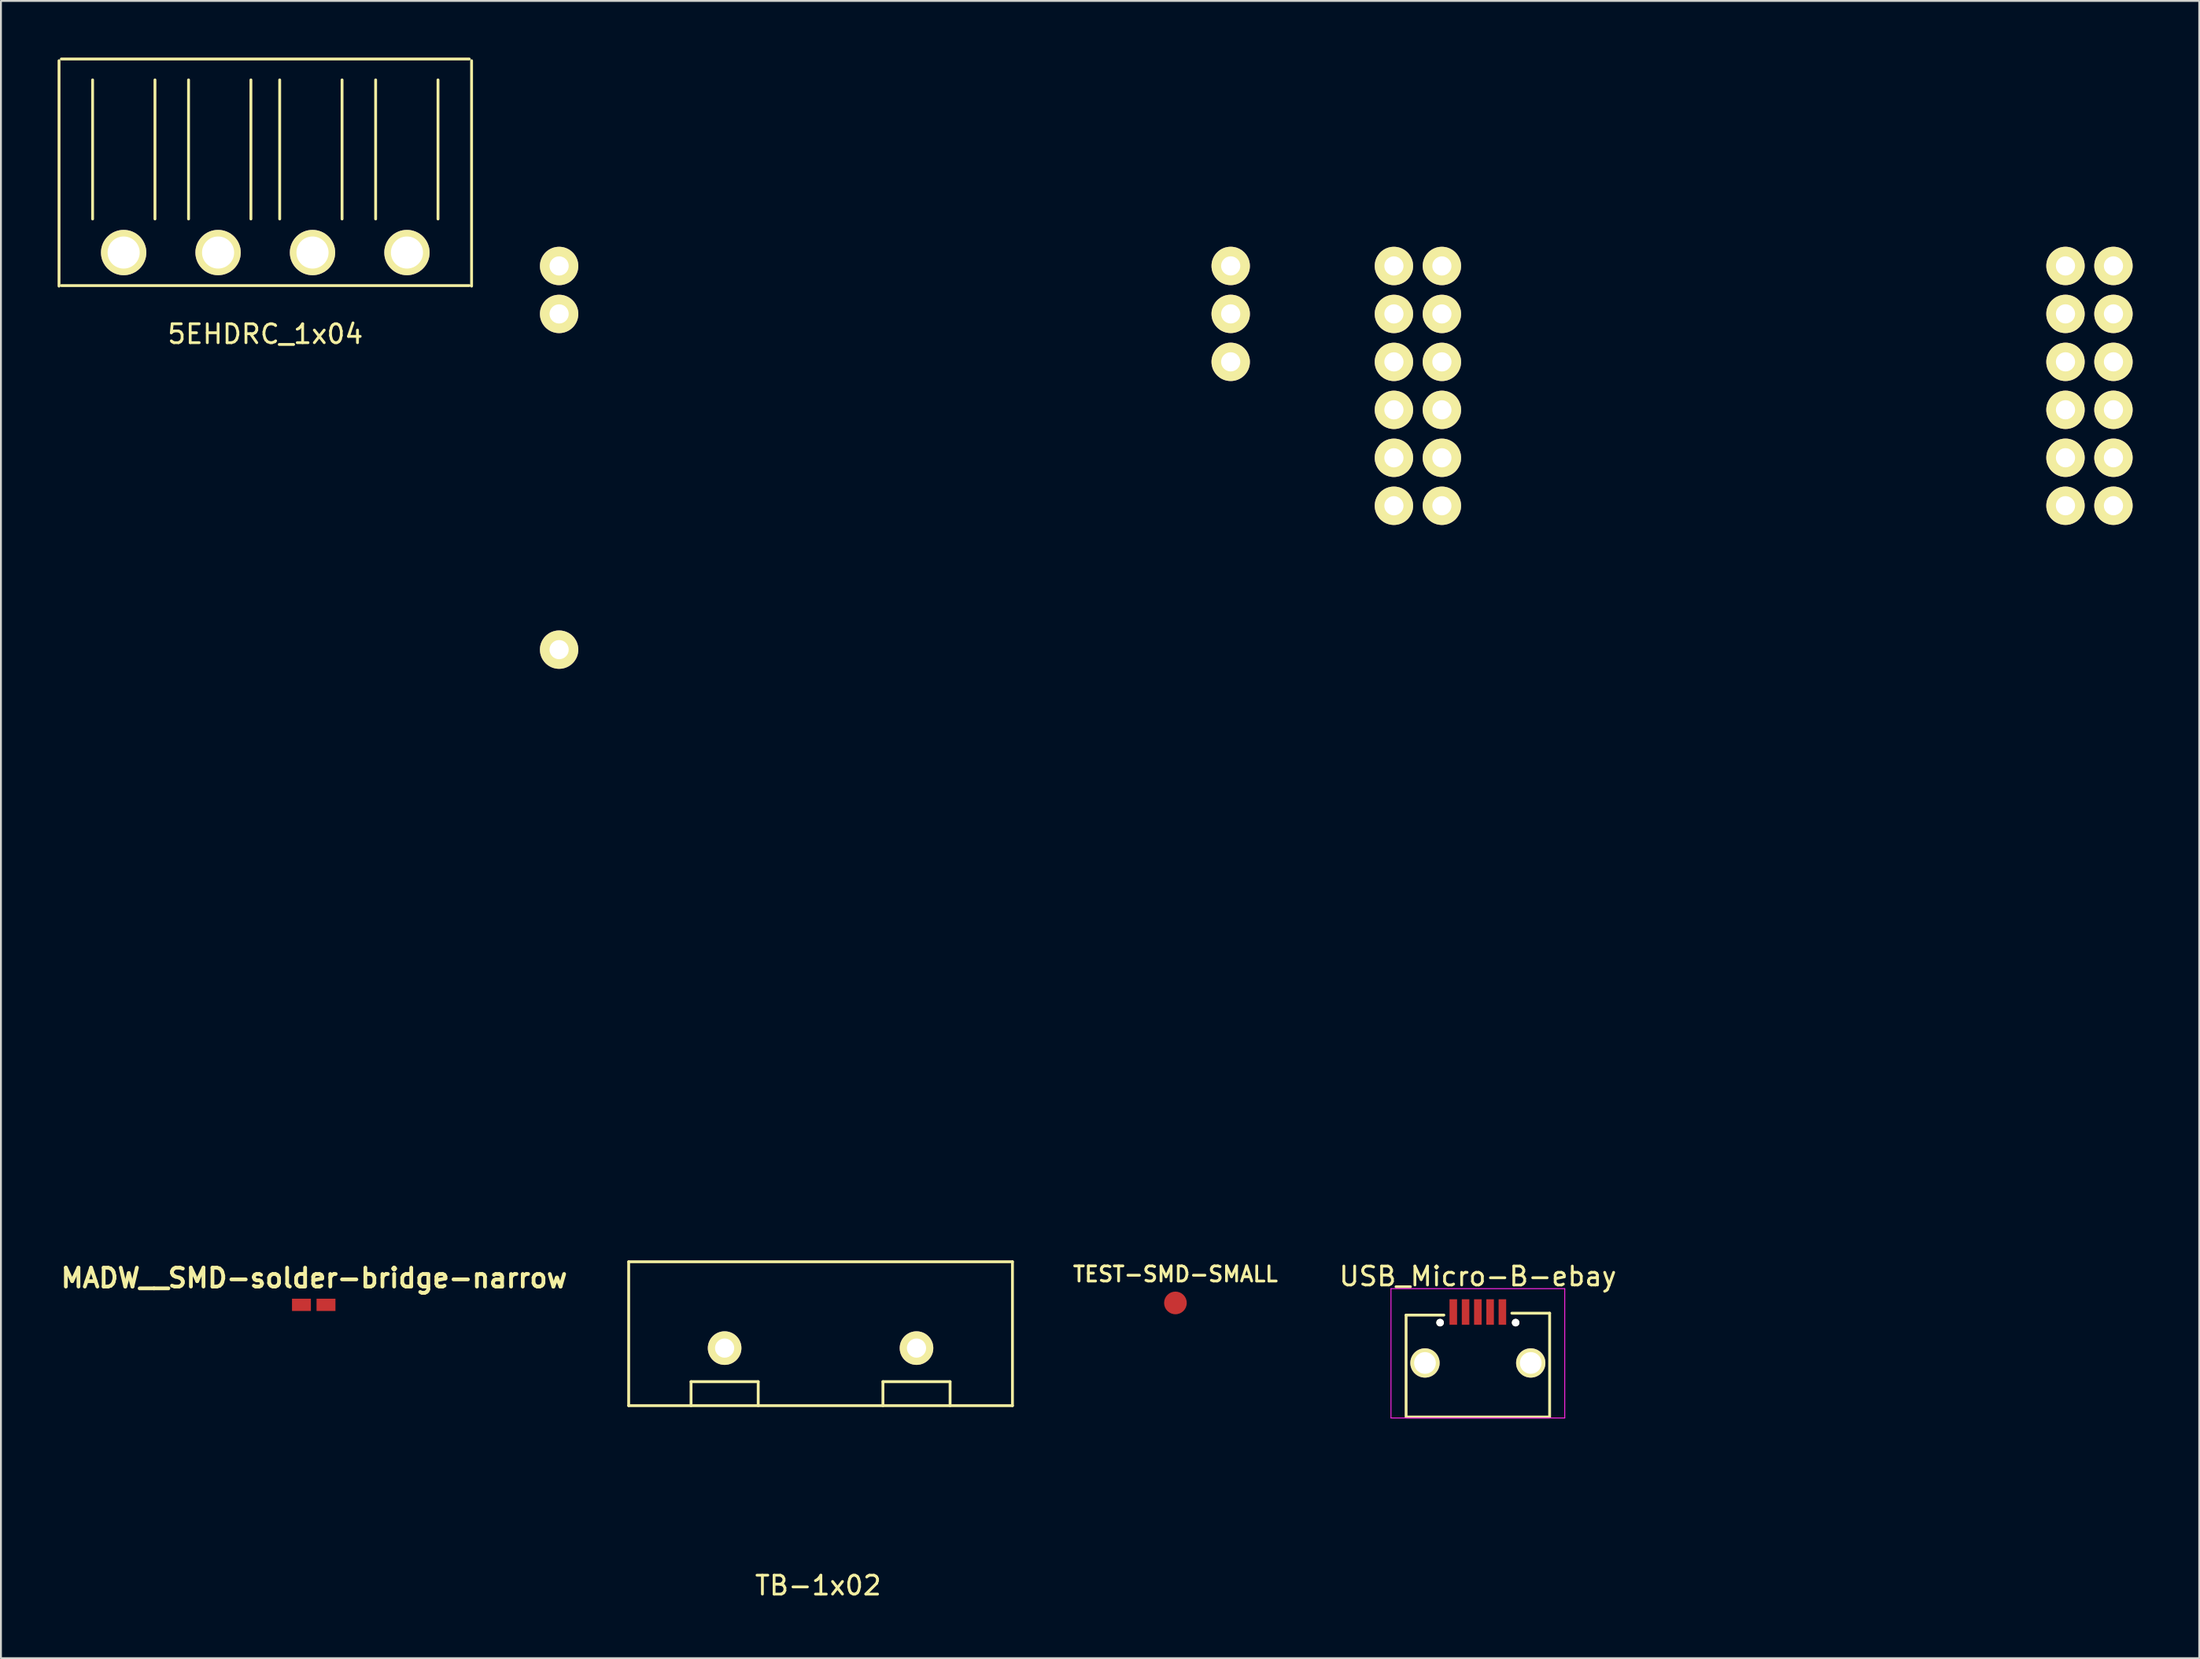
<source format=kicad_pcb>
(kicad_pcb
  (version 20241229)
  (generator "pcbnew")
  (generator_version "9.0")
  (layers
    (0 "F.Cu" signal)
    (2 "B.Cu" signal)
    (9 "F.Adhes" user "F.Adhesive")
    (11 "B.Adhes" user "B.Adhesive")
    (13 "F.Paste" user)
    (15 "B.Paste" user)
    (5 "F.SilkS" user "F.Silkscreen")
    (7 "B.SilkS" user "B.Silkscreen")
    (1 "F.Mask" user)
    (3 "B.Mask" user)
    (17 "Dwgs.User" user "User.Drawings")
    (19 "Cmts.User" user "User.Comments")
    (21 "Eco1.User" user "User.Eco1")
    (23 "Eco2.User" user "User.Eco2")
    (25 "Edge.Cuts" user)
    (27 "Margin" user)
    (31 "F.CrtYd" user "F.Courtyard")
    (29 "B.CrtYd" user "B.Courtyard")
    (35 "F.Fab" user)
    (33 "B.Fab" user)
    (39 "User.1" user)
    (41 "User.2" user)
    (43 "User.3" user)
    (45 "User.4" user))
  (footprint "USB_Micro-B-ebay"
    (layer "F.Cu")
    (at 75.199 65.798)
    (property "Reference" "USB_Micro-B-ebay" (at 0 -1.25 0) (layer "F.SilkS") (effects (font (size 1 1) (thickness 0.15))))
    (attr smd)
    (fp_line (start -3.8 0.8) (end -1.8 0.8) (stroke (width 0.15) (type solid)) (layer "F.SilkS"))
    (fp_line (start -3.8 6.2) (end -3.8 0.8) (stroke (width 0.15) (type solid)) (layer "F.SilkS"))
    (fp_line (start -3.75 6.2) (end 3.75 6.2) (stroke (width 0.15) (type solid)) (layer "F.SilkS"))
    (fp_line (start 1.8 0.7) (end 3.8 0.7) (stroke (width 0.15) (type solid)) (layer "F.SilkS"))
    (fp_line (start 3.8 0.7) (end 3.8 6.2) (stroke (width 0.15) (type solid)) (layer "F.SilkS"))
    (fp_line (start -4.6 -0.6) (end 4.6 -0.6) (stroke (width 0.05) (type solid)) (layer "F.CrtYd"))
    (fp_line (start -4.6 6.25) (end -4.6 -0.6) (stroke (width 0.05) (type solid)) (layer "F.CrtYd"))
    (fp_line (start 4.6 -0.6) (end 4.6 6.25) (stroke (width 0.05) (type solid)) (layer "F.CrtYd"))
    (fp_line (start 4.6 6.25) (end -4.6 6.25) (stroke (width 0.05) (type solid)) (layer "F.CrtYd"))
    (pad "" np_thru_hole circle (at -2 1.2 90) (size 0.4 0.4) (drill 0.4) (layers "*.Cu" "*.Mask" "F.SilkS"))
    (pad "" np_thru_hole circle (at 2 1.2 90) (size 0.4 0.4) (drill 0.4) (layers "*.Cu" "*.Mask" "F.SilkS"))
    (pad "1" smd rect (at -1.301 0.637 90) (size 1.35 0.4) (layers "F.Cu" "F.Mask" "F.Paste"))
    (pad "2" smd rect (at -0.651 0.637 90) (size 1.35 0.4) (layers "F.Cu" "F.Mask" "F.Paste"))
    (pad "3" smd rect (at -0.001 0.637 90) (size 1.35 0.4) (layers "F.Cu" "F.Mask" "F.Paste"))
    (pad "4" smd rect (at 0.649 0.637 90) (size 1.35 0.4) (layers "F.Cu" "F.Mask" "F.Paste"))
    (pad "5" smd rect (at 1.299 0.637 90) (size 1.35 0.4) (layers "F.Cu" "F.Mask" "F.Paste"))
    (pad "6" thru_hole circle (at -2.8 3.337 90) (size 1.55 1.55) (drill 1.15) (layers "*.Cu" "*.Mask" "F.SilkS"))
    (pad "6" thru_hole circle (at 2.8 3.337 90) (size 1.55 1.55) (drill 1.15) (layers "*.Cu" "*.Mask" "F.SilkS")))
  (footprint "TB-1x02"
    (layer "F.Cu")
    (at 40.397 68.347)
    (property "Reference" "TB-1x02" (at -0.127 12.573 0) (layer "F.SilkS") (effects (font (size 1 1) (thickness 0.15))))
    (attr through_hole)
    (fp_line (start -10.16 -4.572) (end -10.16 3.048) (stroke (width 0.15) (type solid)) (layer "F.SilkS"))
    (fp_line (start -10.16 -4.572) (end 10.16 -4.572) (stroke (width 0.15) (type solid)) (layer "F.SilkS"))
    (fp_line (start -6.858 1.778) (end -3.302 1.778) (stroke (width 0.15) (type solid)) (layer "F.SilkS"))
    (fp_line (start -6.858 3.048) (end -6.858 1.778) (stroke (width 0.15) (type solid)) (layer "F.SilkS"))
    (fp_line (start -3.302 1.778) (end -3.302 3.048) (stroke (width 0.15) (type solid)) (layer "F.SilkS"))
    (fp_line (start 3.302 1.778) (end 6.858 1.778) (stroke (width 0.15) (type solid)) (layer "F.SilkS"))
    (fp_line (start 3.302 3.048) (end 3.302 1.778) (stroke (width 0.15) (type solid)) (layer "F.SilkS"))
    (fp_line (start 6.858 1.778) (end 6.858 3.048) (stroke (width 0.15) (type solid)) (layer "F.SilkS"))
    (fp_line (start 10.16 -4.572) (end 10.16 3.048) (stroke (width 0.15) (type solid)) (layer "F.SilkS"))
    (fp_line (start 10.16 3.048) (end -10.16 3.048) (stroke (width 0.15) (type solid)) (layer "F.SilkS"))
    (pad "1" thru_hole circle (at -5.08 0) (size 1.778 1.778) (drill 1.016) (layers "*.Cu" "*.Mask" "F.SilkS"))
    (pad "2" thru_hole circle (at 5.08 0) (size 1.778 1.778) (drill 1.016) (layers "*.Cu" "*.Mask" "F.SilkS")))
  (footprint "5EHDRC_1x04"
    (layer "F.Cu")
    (at 10.997 10.325)
    (property "Reference" "5EHDRC_1x04" (at 0 4.318 0) (layer "F.SilkS") (effects (font (size 1 1) (thickness 0.15))))
    (attr through_hole)
    (fp_line (start -10.922 1.778) (end -10.922 -10.16) (stroke (width 0.15) (type solid)) (layer "F.SilkS"))
    (fp_line (start -9.144 -1.778) (end -9.144 -9.144) (stroke (width 0.15) (type solid)) (layer "F.SilkS"))
    (fp_line (start -5.842 -1.778) (end -5.842 -9.144) (stroke (width 0.15) (type solid)) (layer "F.SilkS"))
    (fp_line (start -4.064 -1.778) (end -4.064 -9.144) (stroke (width 0.15) (type solid)) (layer "F.SilkS"))
    (fp_line (start -0.762 -1.778) (end -0.762 -9.144) (stroke (width 0.15) (type solid)) (layer "F.SilkS"))
    (fp_line (start 0.762 -1.778) (end 0.762 -9.144) (stroke (width 0.15) (type solid)) (layer "F.SilkS"))
    (fp_line (start 4.064 -1.778) (end 4.064 -9.144) (stroke (width 0.15) (type solid)) (layer "F.SilkS"))
    (fp_line (start 5.842 -1.778) (end 5.842 -9.144) (stroke (width 0.15) (type solid)) (layer "F.SilkS"))
    (fp_line (start 9.144 -1.778) (end 9.144 -9.144) (stroke (width 0.15) (type solid)) (layer "F.SilkS"))
    (fp_line (start 10.8 -10.25) (end -10.8 -10.25) (stroke (width 0.15) (type solid)) (layer "F.SilkS"))
    (fp_line (start 10.8 1.75) (end -10.8 1.75) (stroke (width 0.15) (type solid)) (layer "F.SilkS"))
    (fp_line (start 10.922 1.778) (end 10.922 -10.16) (stroke (width 0.15) (type solid)) (layer "F.SilkS"))
    (pad "1" thru_hole circle (at -7.5 0) (size 2.4 2.4) (drill 1.7) (layers "*.Cu" "*.Mask" "F.SilkS"))
    (pad "2" thru_hole circle (at -2.5 0) (size 2.4 2.4) (drill 1.7) (layers "*.Cu" "*.Mask" "F.SilkS"))
    (pad "3" thru_hole circle (at 2.5 0) (size 2.4 2.4) (drill 1.7) (layers "*.Cu" "*.Mask" "F.SilkS"))
    (pad "4" thru_hole circle (at 7.5 0) (size 2.4 2.4) (drill 1.7) (layers "*.Cu" "*.Mask" "F.SilkS")))
  (footprint "CHIP-MIN"
    (layer "F.Cu")
    (at 45.594 30.35)
    (property "Reference" "CHIP-MIN" (at 0 28.9 0) (layer "Eco1.User") (effects (font (size 1 1) (thickness 0.15))))
    (attr through_hole)
    (fp_line (start -20.5 -26.25) (end -16.5 -30.25) (stroke (width 0.15) (type solid)) (layer "Eco1.User"))
    (fp_line (start -20.5 30.25) (end -20.5 -26.25) (stroke (width 0.2) (type solid)) (layer "Eco1.User"))
    (fp_line (start -20.5 30.25) (end 20.5 30.25) (stroke (width 0.15) (type solid)) (layer "Eco1.User"))
    (fp_line (start 20.5 -30.25) (end -16.5 -30.25) (stroke (width 0.15) (type solid)) (layer "Eco1.User"))
    (fp_line (start 20.5 30.25) (end 20.5 -30.25) (stroke (width 0.2) (type solid)) (layer "Eco1.User"))
    (pad "1" thru_hole circle (at -19.04 -19.314) (size 2.032 2.032) (drill 1.016) (layers "*.Cu" "*.Mask" "F.SilkS"))
    (pad "3" thru_hole circle (at -19.04 -16.774) (size 2.032 2.032) (drill 1.016) (layers "*.Cu" "*.Mask" "F.SilkS"))
    (pad "17" thru_hole circle (at -19.04 1.006) (size 2.032 2.032) (drill 1.016) (layers "*.Cu" "*.Mask" "F.SilkS"))
    (pad "41" thru_hole circle (at 16.518 -19.316) (size 2.032 2.032) (drill 1.016) (layers "*.Cu" "*.Mask" "F.SilkS"))
    (pad "43" thru_hole circle (at 16.518 -16.776) (size 2.032 2.032) (drill 1.016) (layers "*.Cu" "*.Mask" "F.SilkS"))
    (pad "45" thru_hole circle (at 16.518 -14.236) (size 2.032 2.032) (drill 1.016) (layers "*.Cu" "*.Mask" "F.SilkS")))
  (footprint "MADW__SMD-solder-bridge-narrow"
    (layer "F.Cu")
    (at 13.561 66.056)
    (property "Reference" "MADW__SMD-solder-bridge-narrow" (at 0.02 -1.42 0) (layer "F.SilkS") (effects (font (size 1 1) (thickness 0.2))))
    (attr through_hole)
    (pad "1" smd rect (at -0.65 0) (size 1.001 0.65) (layers "F.Cu" "F.Mask" "F.Paste"))
    (pad "2" smd rect (at 0.65 0) (size 1.001 0.65) (layers "F.Cu" "F.Mask" "F.Paste")))
  (footprint "CHIP-TOP-6"
    (layer "F.Cu")
    (at 89.794 30.35)
    (property "Reference" "CHIP-TOP-6" (at 0 28.9 0) (layer "Eco1.User") (effects (font (size 1 1) (thickness 0.15))))
    (attr through_hole)
    (fp_line (start -20.5 -26.25) (end -16.5 -30.25) (stroke (width 0.15) (type solid)) (layer "Eco1.User"))
    (fp_line (start -20.5 30.25) (end -20.5 -26.25) (stroke (width 0.2) (type solid)) (layer "Eco1.User"))
    (fp_line (start -20.5 30.25) (end 20.5 30.25) (stroke (width 0.15) (type solid)) (layer "Eco1.User"))
    (fp_line (start 20.5 -30.25) (end -16.5 -30.25) (stroke (width 0.15) (type solid)) (layer "Eco1.User"))
    (fp_line (start 20.5 30.25) (end 20.5 -30.25) (stroke (width 0.2) (type solid)) (layer "Eco1.User"))
    (pad "1" thru_hole circle (at -19.04 -19.314) (size 2.032 2.032) (drill 1.016) (layers "*.Cu" "*.Mask" "F.SilkS"))
    (pad "2" thru_hole circle (at -16.5 -19.314) (size 2.032 2.032) (drill 1.016) (layers "*.Cu" "*.Mask" "F.SilkS"))
    (pad "3" thru_hole circle (at -19.04 -16.774) (size 2.032 2.032) (drill 1.016) (layers "*.Cu" "*.Mask" "F.SilkS"))
    (pad "4" thru_hole circle (at -16.5 -16.774) (size 2.032 2.032) (drill 1.016) (layers "*.Cu" "*.Mask" "F.SilkS"))
    (pad "5" thru_hole circle (at -19.04 -14.234) (size 2.032 2.032) (drill 1.016) (layers "*.Cu" "*.Mask" "F.SilkS"))
    (pad "6" thru_hole circle (at -16.5 -14.234) (size 2.032 2.032) (drill 1.016) (layers "*.Cu" "*.Mask" "F.SilkS"))
    (pad "7" thru_hole circle (at -19.04 -11.694) (size 2.032 2.032) (drill 1.016) (layers "*.Cu" "*.Mask" "F.SilkS"))
    (pad "8" thru_hole circle (at -16.5 -11.694) (size 2.032 2.032) (drill 1.016) (layers "*.Cu" "*.Mask" "F.SilkS"))
    (pad "9" thru_hole circle (at -19.04 -9.154) (size 2.032 2.032) (drill 1.016) (layers "*.Cu" "*.Mask" "F.SilkS"))
    (pad "10" thru_hole circle (at -16.5 -9.154) (size 2.032 2.032) (drill 1.016) (layers "*.Cu" "*.Mask" "F.SilkS"))
    (pad "11" thru_hole circle (at -19.04 -6.614) (size 2.032 2.032) (drill 1.016) (layers "*.Cu" "*.Mask" "F.SilkS"))
    (pad "12" thru_hole circle (at -16.5 -6.614) (size 2.032 2.032) (drill 1.016) (layers "*.Cu" "*.Mask" "F.SilkS"))
    (pad "41" thru_hole circle (at 16.518 -19.316) (size 2.032 2.032) (drill 1.016) (layers "*.Cu" "*.Mask" "F.SilkS"))
    (pad "42" thru_hole circle (at 19.058 -19.316) (size 2.032 2.032) (drill 1.016) (layers "*.Cu" "*.Mask" "F.SilkS"))
    (pad "43" thru_hole circle (at 16.518 -16.776) (size 2.032 2.032) (drill 1.016) (layers "*.Cu" "*.Mask" "F.SilkS"))
    (pad "44" thru_hole circle (at 19.058 -16.776) (size 2.032 2.032) (drill 1.016) (layers "*.Cu" "*.Mask" "F.SilkS"))
    (pad "45" thru_hole circle (at 16.518 -14.236) (size 2.032 2.032) (drill 1.016) (layers "*.Cu" "*.Mask" "F.SilkS"))
    (pad "46" thru_hole circle (at 19.058 -14.236) (size 2.032 2.032) (drill 1.016) (layers "*.Cu" "*.Mask" "F.SilkS"))
    (pad "47" thru_hole circle (at 16.518 -11.696) (size 2.032 2.032) (drill 1.016) (layers "*.Cu" "*.Mask" "F.SilkS"))
    (pad "48" thru_hole circle (at 19.058 -11.696) (size 2.032 2.032) (drill 1.016) (layers "*.Cu" "*.Mask" "F.SilkS"))
    (pad "49" thru_hole circle (at 16.518 -9.156) (size 2.032 2.032) (drill 1.016) (layers "*.Cu" "*.Mask" "F.SilkS"))
    (pad "50" thru_hole circle (at 19.058 -9.156) (size 2.032 2.032) (drill 1.016) (layers "*.Cu" "*.Mask" "F.SilkS"))
    (pad "51" thru_hole circle (at 16.518 -6.616) (size 2.032 2.032) (drill 1.016) (layers "*.Cu" "*.Mask" "F.SilkS"))
    (pad "52" thru_hole circle (at 19.058 -6.616) (size 2.032 2.032) (drill 1.016) (layers "*.Cu" "*.Mask" "F.SilkS")))
  (footprint "TEST-SMD-SMALL"
    (layer "F.Cu")
    (at 59.186 65.955)
    (property "Reference" "TEST-SMD-SMALL" (at 0 -1.524 0) (layer "F.SilkS") (effects (font (size 0.8 0.8) (thickness 0.15))))
    (attr through_hole)
    (pad "1" smd circle (at 0 0) (size 1.2 1.2) (layers "F.Cu" "F.Mask")))
  (gr_rect
    (start -3 -3)
    (end 113.394 84.768)
    (stroke (width 0.1) (type default))
    (fill no)
    (layer "Edge.Cuts")))
</source>
